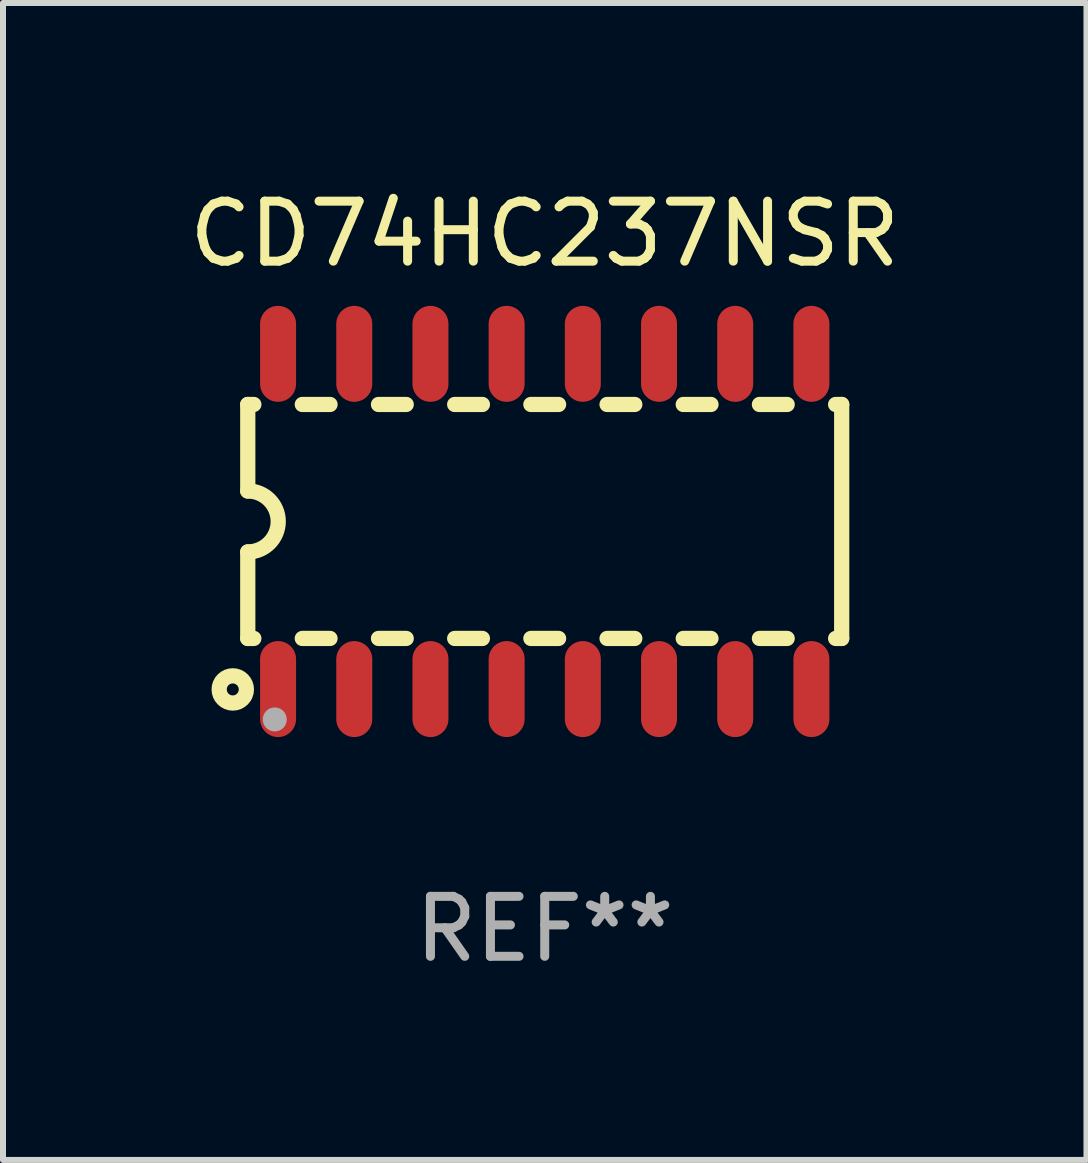
<source format=kicad_pcb>
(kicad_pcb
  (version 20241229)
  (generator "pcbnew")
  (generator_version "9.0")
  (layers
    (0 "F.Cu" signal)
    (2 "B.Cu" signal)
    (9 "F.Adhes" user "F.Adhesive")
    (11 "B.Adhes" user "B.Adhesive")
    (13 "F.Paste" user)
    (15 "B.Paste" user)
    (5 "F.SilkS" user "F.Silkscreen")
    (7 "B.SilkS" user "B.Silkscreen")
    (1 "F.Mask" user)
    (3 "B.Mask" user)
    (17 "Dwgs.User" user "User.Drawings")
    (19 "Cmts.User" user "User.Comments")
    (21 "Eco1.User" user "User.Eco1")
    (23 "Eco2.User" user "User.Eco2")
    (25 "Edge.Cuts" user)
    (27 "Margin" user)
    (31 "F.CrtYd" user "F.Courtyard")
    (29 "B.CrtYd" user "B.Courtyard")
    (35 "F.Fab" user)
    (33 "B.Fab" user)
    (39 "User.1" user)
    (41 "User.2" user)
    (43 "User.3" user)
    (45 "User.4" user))
  (footprint "CD74HC237NSR"
    (layer "F.Cu")
    (at 6.03 5.642)
    (property "Reference" "CD74HC237NSR" (at 0 -4.794 0) (layer "F.SilkS") (effects (font (size 1 1) (thickness 0.15))))
    (attr through_hole)
    (fp_line (start -4.95 -1.95) (end -4.95 -0.508) (stroke (width 0.254) (type solid)) (layer "F.SilkS"))
    (fp_line (start -4.95 -1.95) (end -4.849 -1.95) (stroke (width 0.254) (type solid)) (layer "F.SilkS"))
    (fp_line (start -4.95 1.95) (end -4.95 0.508) (stroke (width 0.254) (type solid)) (layer "F.SilkS"))
    (fp_line (start -4.95 1.95) (end -4.849 1.95) (stroke (width 0.254) (type solid)) (layer "F.SilkS"))
    (fp_line (start -4.041 -1.95) (end -3.579 -1.95) (stroke (width 0.254) (type solid)) (layer "F.SilkS"))
    (fp_line (start -4.041 1.95) (end -3.579 1.95) (stroke (width 0.254) (type solid)) (layer "F.SilkS"))
    (fp_line (start -2.771 -1.95) (end -2.309 -1.95) (stroke (width 0.254) (type solid)) (layer "F.SilkS"))
    (fp_line (start -2.771 1.95) (end -2.309 1.95) (stroke (width 0.254) (type solid)) (layer "F.SilkS"))
    (fp_line (start -1.501 -1.95) (end -1.039 -1.95) (stroke (width 0.254) (type solid)) (layer "F.SilkS"))
    (fp_line (start -1.501 1.95) (end -1.039 1.95) (stroke (width 0.254) (type solid)) (layer "F.SilkS"))
    (fp_line (start -0.231 -1.95) (end 0.231 -1.95) (stroke (width 0.254) (type solid)) (layer "F.SilkS"))
    (fp_line (start -0.231 1.95) (end 0.231 1.95) (stroke (width 0.254) (type solid)) (layer "F.SilkS"))
    (fp_line (start 1.039 -1.95) (end 1.501 -1.95) (stroke (width 0.254) (type solid)) (layer "F.SilkS"))
    (fp_line (start 1.039 1.95) (end 1.501 1.95) (stroke (width 0.254) (type solid)) (layer "F.SilkS"))
    (fp_line (start 2.309 -1.95) (end 2.771 -1.95) (stroke (width 0.254) (type solid)) (layer "F.SilkS"))
    (fp_line (start 2.309 1.95) (end 2.771 1.95) (stroke (width 0.254) (type solid)) (layer "F.SilkS"))
    (fp_line (start 3.579 -1.95) (end 4.041 -1.95) (stroke (width 0.254) (type solid)) (layer "F.SilkS"))
    (fp_line (start 3.579 1.95) (end 4.041 1.95) (stroke (width 0.254) (type solid)) (layer "F.SilkS"))
    (fp_line (start 4.849 -1.95) (end 4.95 -1.95) (stroke (width 0.254) (type solid)) (layer "F.SilkS"))
    (fp_line (start 4.849 1.95) (end 4.95 1.95) (stroke (width 0.254) (type solid)) (layer "F.SilkS"))
    (fp_line (start 4.95 -1.95) (end 4.95 1.95) (stroke (width 0.254) (type solid)) (layer "F.SilkS"))
    (fp_arc (start -4.95047 -0.508001) (mid -4.442469 -0.000228) (end -4.950013 0.508001) (stroke (width 0.254001) (type solid)) (layer "F.SilkS"))
    (fp_circle (center -5.2 2.8) (end -5.1 2.8) (stroke (width 0.254) (type solid)) (fill no) (layer "F.SilkS"))
    (fp_circle (center -4.95 2.947) (end -4.92 2.947) (stroke (width 0.06) (type solid)) (fill no) (layer "F.SilkS"))
    (fp_circle (center -4.5 3.3) (end -4.4 3.3) (stroke (width 0.2) (type solid)) (fill no) (layer "F.Fab"))
    (fp_text user "REF**" (at 0 6.794 0) (layer "F.Fab") (effects (font (size 1 1) (thickness 0.15))))
    (pad "1" smd oval (at -4.445 2.794) (size 0.6 1.6) (layers "F.Cu" "F.Mask" "F.Paste"))
    (pad "2" smd oval (at -3.175 2.794) (size 0.6 1.6) (layers "F.Cu" "F.Mask" "F.Paste"))
    (pad "3" smd oval (at -1.905 2.794) (size 0.6 1.6) (layers "F.Cu" "F.Mask" "F.Paste"))
    (pad "4" smd oval (at -0.635 2.794) (size 0.6 1.6) (layers "F.Cu" "F.Mask" "F.Paste"))
    (pad "5" smd oval (at 0.635 2.794) (size 0.6 1.6) (layers "F.Cu" "F.Mask" "F.Paste"))
    (pad "6" smd oval (at 1.905 2.794) (size 0.6 1.6) (layers "F.Cu" "F.Mask" "F.Paste"))
    (pad "7" smd oval (at 3.175 2.794) (size 0.6 1.6) (layers "F.Cu" "F.Mask" "F.Paste"))
    (pad "8" smd oval (at 4.445 2.794) (size 0.6 1.6) (layers "F.Cu" "F.Mask" "F.Paste"))
    (pad "9" smd oval (at 4.445 -2.794) (size 0.6 1.6) (layers "F.Cu" "F.Mask" "F.Paste"))
    (pad "10" smd oval (at 3.175 -2.794) (size 0.6 1.6) (layers "F.Cu" "F.Mask" "F.Paste"))
    (pad "11" smd oval (at 1.905 -2.794) (size 0.6 1.6) (layers "F.Cu" "F.Mask" "F.Paste"))
    (pad "12" smd oval (at 0.635 -2.794) (size 0.6 1.6) (layers "F.Cu" "F.Mask" "F.Paste"))
    (pad "13" smd oval (at -0.635 -2.794) (size 0.6 1.6) (layers "F.Cu" "F.Mask" "F.Paste"))
    (pad "14" smd oval (at -1.905 -2.794) (size 0.6 1.6) (layers "F.Cu" "F.Mask" "F.Paste"))
    (pad "15" smd oval (at -3.175 -2.794) (size 0.6 1.6) (layers "F.Cu" "F.Mask" "F.Paste"))
    (pad "16" smd oval (at -4.445 -2.794) (size 0.6 1.6) (layers "F.Cu" "F.Mask" "F.Paste")))
  (gr_rect
    (start -3 -3)
    (end 15.06 16.285)
    (stroke (width 0.1) (type default))
    (fill no)
    (layer "Edge.Cuts")))
</source>
